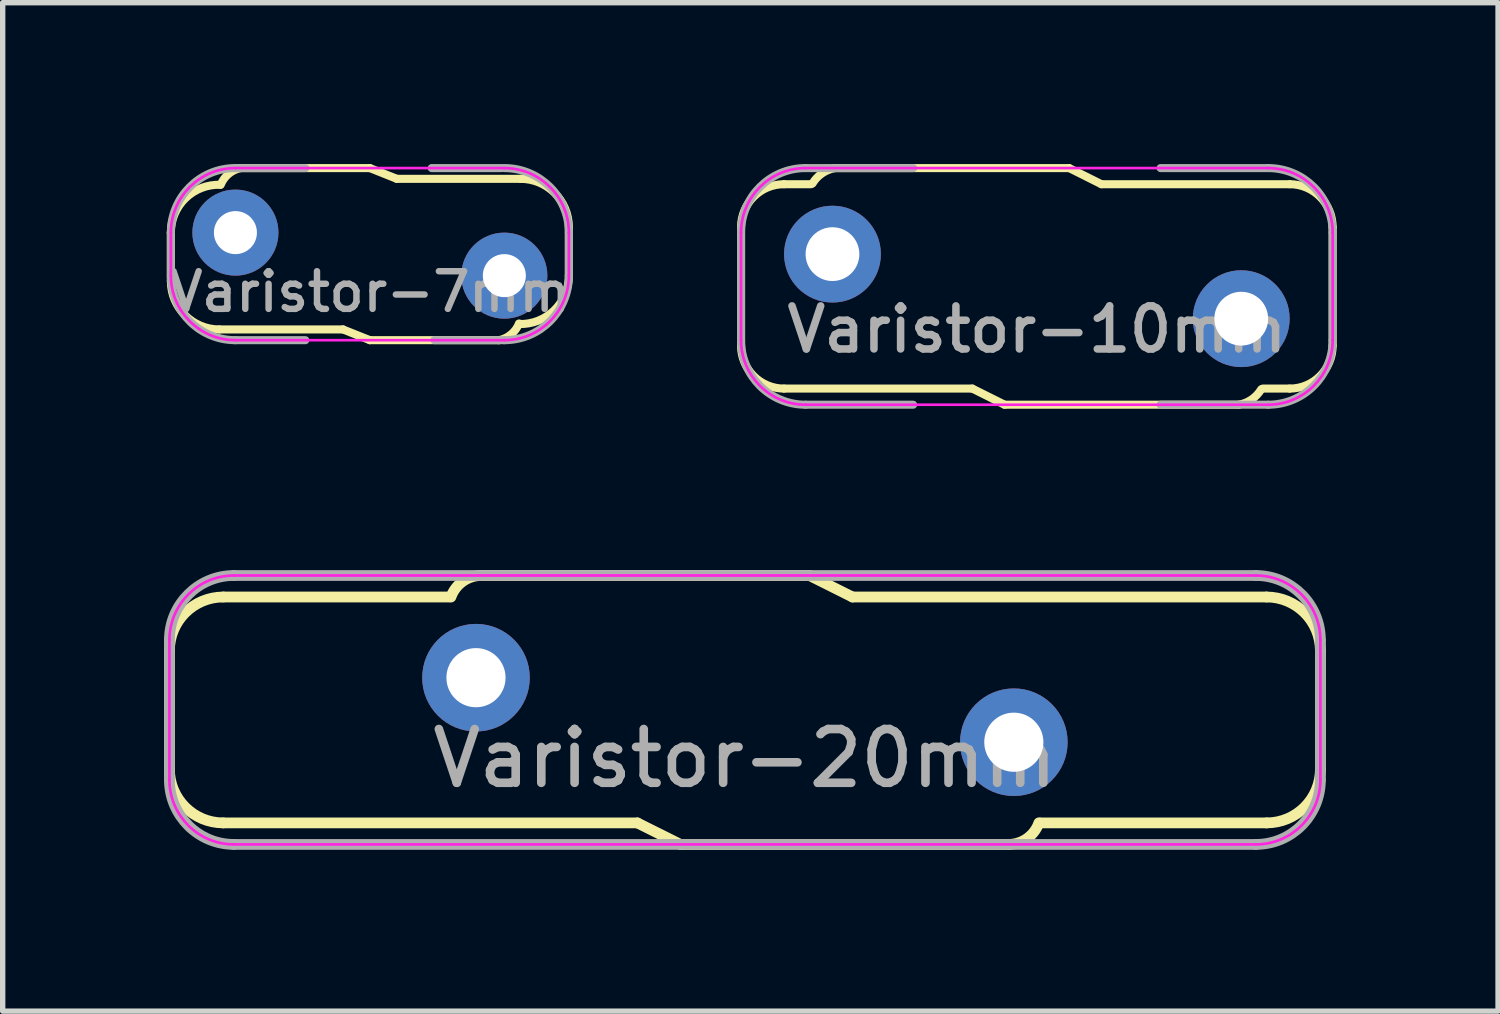
<source format=kicad_pcb>
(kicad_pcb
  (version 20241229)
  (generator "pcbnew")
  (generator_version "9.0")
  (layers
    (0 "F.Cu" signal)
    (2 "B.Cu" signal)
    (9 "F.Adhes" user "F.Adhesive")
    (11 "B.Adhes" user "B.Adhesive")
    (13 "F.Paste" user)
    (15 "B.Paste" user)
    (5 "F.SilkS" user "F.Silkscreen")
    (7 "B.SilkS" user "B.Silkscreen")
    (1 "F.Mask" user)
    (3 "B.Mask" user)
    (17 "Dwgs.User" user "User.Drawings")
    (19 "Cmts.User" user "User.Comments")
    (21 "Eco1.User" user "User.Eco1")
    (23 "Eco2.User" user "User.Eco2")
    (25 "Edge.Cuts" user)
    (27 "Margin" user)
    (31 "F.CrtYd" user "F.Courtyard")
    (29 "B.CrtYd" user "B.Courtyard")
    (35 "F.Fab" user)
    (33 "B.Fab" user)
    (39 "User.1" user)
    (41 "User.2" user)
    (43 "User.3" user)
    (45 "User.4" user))
  (footprint "Varistor-10mm"
    (layer "F.Cu")
    (at 16.228 2.275)
    (property "Reference" "Varistor-10mm" (at 0 0.8 0) (unlocked yes) (layer "F.Fab") (effects (font (size 0.8 0.8) (thickness 0.14) (bold yes))))
    (attr smd)
    (fp_line (start -5.5 1.1) (end -5.5 -1.1) (stroke (width 0.15) (type default)) (layer "F.SilkS"))
    (fp_line (start -4.7 1.9) (end -1.2 1.9) (stroke (width 0.15) (type default)) (layer "F.SilkS"))
    (fp_line (start -4.2 -1.9) (end -4.7 -1.9) (stroke (width 0.15) (type default)) (layer "F.SilkS"))
    (fp_line (start -0.6 2.2) (end -1.2 1.9) (stroke (width 0.15) (type default)) (layer "F.SilkS"))
    (fp_line (start -0.6 2.2) (end 3.75 2.2) (stroke (width 0.15) (type default)) (layer "F.SilkS"))
    (fp_line (start 0.6 -2.2) (end -3.75 -2.2) (stroke (width 0.15) (type default)) (layer "F.SilkS"))
    (fp_line (start 0.6 -2.2) (end 1.2 -1.9) (stroke (width 0.15) (type default)) (layer "F.SilkS"))
    (fp_line (start 4.2 1.9) (end 4.7 1.9) (stroke (width 0.15) (type default)) (layer "F.SilkS"))
    (fp_line (start 4.7 -1.9) (end 1.2 -1.9) (stroke (width 0.15) (type default)) (layer "F.SilkS"))
    (fp_line (start 5.5 1.1) (end 5.5 -1.1) (stroke (width 0.15) (type default)) (layer "F.SilkS"))
    (fp_arc (start -5.5 -1.1) (mid -5.265685 -1.665685) (end -4.7 -1.9) (stroke (width 0.15) (type default)) (layer "F.SilkS"))
    (fp_arc (start -4.700001 1.900001) (mid -5.265686 1.665686) (end -5.500001 1.100001) (stroke (width 0.15) (type default)) (layer "F.SilkS"))
    (fp_arc (start -4.171592 -1.912956) (mid -3.992334 -2.102799) (end -3.75 -2.2) (stroke (width 0.15) (type default)) (layer "F.SilkS"))
    (fp_arc (start 4.171592 1.912956) (mid 3.992334 2.102799) (end 3.75 2.2) (stroke (width 0.15) (type default)) (layer "F.SilkS"))
    (fp_arc (start 4.7 -1.9) (mid 5.265685 -1.665685) (end 5.5 -1.1) (stroke (width 0.15) (type default)) (layer "F.SilkS"))
    (fp_arc (start 5.5 1.1) (mid 5.265685 1.665685) (end 4.7 1.9) (stroke (width 0.15) (type default)) (layer "F.SilkS"))
    (fp_line (start -5.5 -1) (end -5.5 1) (stroke (width 0.05) (type default)) (layer "F.CrtYd"))
    (fp_line (start 4.3 -2.2) (end -4.3 -2.2) (stroke (width 0.05) (type default)) (layer "F.CrtYd"))
    (fp_line (start 4.3 2.2) (end -4.3 2.2) (stroke (width 0.05) (type default)) (layer "F.CrtYd"))
    (fp_line (start 5.5 1) (end 5.5 -1) (stroke (width 0.05) (type default)) (layer "F.CrtYd"))
    (fp_arc (start -5.5 -1) (mid -5.148528 -1.848528) (end -4.3 -2.2) (stroke (width 0.05) (type default)) (layer "F.CrtYd"))
    (fp_arc (start -4.3 2.2) (mid -5.148528 1.848528) (end -5.5 1) (stroke (width 0.05) (type default)) (layer "F.CrtYd"))
    (fp_arc (start 4.299999 -2.200001) (mid 5.148527 -1.848529) (end 5.499999 -1.000001) (stroke (width 0.05) (type default)) (layer "F.CrtYd"))
    (fp_arc (start 5.499999 0.999999) (mid 5.148527 1.848527) (end 4.299999 2.199999) (stroke (width 0.05) (type default)) (layer "F.CrtYd"))
    (fp_line (start -5.5 -1) (end -5.5 1) (stroke (width 0.15) (type default)) (layer "F.Fab"))
    (fp_line (start -2.3 -2.2) (end -4.3 -2.2) (stroke (width 0.15) (type default)) (layer "F.Fab"))
    (fp_line (start -2.3 2.2) (end -4.3 2.2) (stroke (width 0.15) (type default)) (layer "F.Fab"))
    (fp_line (start 2.3 -2.2) (end 4.3 -2.2) (stroke (width 0.15) (type default)) (layer "F.Fab"))
    (fp_line (start 2.3 2.2) (end 4.3 2.2) (stroke (width 0.15) (type default)) (layer "F.Fab"))
    (fp_line (start 5.5 -1) (end 5.5 1) (stroke (width 0.15) (type default)) (layer "F.Fab"))
    (fp_arc (start -5.5 -1) (mid -5.148528 -1.848528) (end -4.3 -2.2) (stroke (width 0.15) (type default)) (layer "F.Fab"))
    (fp_arc (start -4.3 2.2) (mid -5.148528 1.848528) (end -5.5 1) (stroke (width 0.15) (type default)) (layer "F.Fab"))
    (fp_arc (start 4.3 -2.2) (mid 5.148528 -1.848528) (end 5.5 -1) (stroke (width 0.15) (type default)) (layer "F.Fab"))
    (fp_arc (start 5.5 1) (mid 5.148528 1.848528) (end 4.3 2.2) (stroke (width 0.15) (type default)) (layer "F.Fab"))
    (pad "1" thru_hole circle (at -3.8 -0.6) (size 1.8 1.8) (drill 1) (layers "*.Cu" "*.Mask"))
    (pad "2" thru_hole circle (at 3.8 0.6) (size 1.8 1.8) (drill 1) (layers "*.Cu" "*.Mask")))
  (footprint "Varistor-7mm"
    (layer "F.Cu")
    (at 3.827 1.675)
    (property "Reference" "Varistor-7mm" (at 0 0.7 0) (unlocked yes) (layer "F.Fab") (effects (font (size 0.7 0.7) (thickness 0.12) (bold yes))))
    (attr smd)
    (fp_line (start -3.7 -0.4) (end -3.7 0.5) (stroke (width 0.15) (type default)) (layer "F.SilkS"))
    (fp_line (start -2.4 -1.6) (end 0 -1.6) (stroke (width 0.15) (type default)) (layer "F.SilkS"))
    (fp_line (start -0.5 1.4) (end -2.8 1.4) (stroke (width 0.15) (type default)) (layer "F.SilkS"))
    (fp_line (start 0 -1.6) (end 0.5 -1.4) (stroke (width 0.15) (type default)) (layer "F.SilkS"))
    (fp_line (start 0.000001 1.6) (end -0.5 1.4) (stroke (width 0.15) (type default)) (layer "F.SilkS"))
    (fp_line (start 0.5 -1.4) (end 2.8 -1.4) (stroke (width 0.15) (type default)) (layer "F.SilkS"))
    (fp_line (start 2.4 1.6) (end 0.000001 1.6) (stroke (width 0.15) (type default)) (layer "F.SilkS"))
    (fp_line (start 3.7 -0.5) (end 3.7 0.4) (stroke (width 0.15) (type default)) (layer "F.SilkS"))
    (fp_arc (start -3.7 -0.4) (mid -3.429928 -1.038486) (end -2.783662 -1.289371) (stroke (width 0.15) (type default)) (layer "F.SilkS"))
    (fp_arc (start -2.8 1.4) (mid -3.436396 1.136396) (end -3.7 0.5) (stroke (width 0.15) (type default)) (layer "F.SilkS"))
    (fp_arc (start -2.773431 -1.289373) (mid -2.62608 -1.492009) (end -2.4 -1.6) (stroke (width 0.15) (type default)) (layer "F.SilkS"))
    (fp_arc (start 2.773432 1.289372) (mid 2.626081 1.492008) (end 2.400001 1.599999) (stroke (width 0.15) (type default)) (layer "F.SilkS"))
    (fp_arc (start 2.800001 -1.400001) (mid 3.436397 -1.136397) (end 3.700001 -0.500001) (stroke (width 0.15) (type default)) (layer "F.SilkS"))
    (fp_arc (start 3.7 0.4) (mid 3.426823 1.045827) (end 2.773126 1.299597) (stroke (width 0.15) (type default)) (layer "F.SilkS"))
    (fp_line (start -3.7 -0.4) (end -3.7 0.4) (stroke (width 0.05) (type default)) (layer "F.CrtYd"))
    (fp_line (start -2.5 -1.6) (end 2.5 -1.6) (stroke (width 0.05) (type default)) (layer "F.CrtYd"))
    (fp_line (start -2.5 1.6) (end 2.5 1.6) (stroke (width 0.05) (type default)) (layer "F.CrtYd"))
    (fp_line (start 3.7 0.4) (end 3.7 -0.4) (stroke (width 0.05) (type default)) (layer "F.CrtYd"))
    (fp_arc (start -3.7 -0.4) (mid -3.348528 -1.248528) (end -2.5 -1.6) (stroke (width 0.05) (type default)) (layer "F.CrtYd"))
    (fp_arc (start -2.5 1.6) (mid -3.348528 1.248528) (end -3.7 0.4) (stroke (width 0.05) (type default)) (layer "F.CrtYd"))
    (fp_arc (start 2.5 -1.6) (mid 3.348528 -1.248528) (end 3.7 -0.4) (stroke (width 0.05) (type default)) (layer "F.CrtYd"))
    (fp_arc (start 3.7 0.4) (mid 3.348528 1.248528) (end 2.5 1.6) (stroke (width 0.05) (type default)) (layer "F.CrtYd"))
    (fp_line (start -3.7 -0.4) (end -3.7 0.4) (stroke (width 0.15) (type default)) (layer "F.Fab"))
    (fp_line (start -1.2 -1.6) (end -2.5 -1.6) (stroke (width 0.15) (type default)) (layer "F.Fab"))
    (fp_line (start -1.2 1.6) (end -2.5 1.6) (stroke (width 0.15) (type default)) (layer "F.Fab"))
    (fp_line (start 2.45 -1.6) (end 1.15 -1.6) (stroke (width 0.15) (type default)) (layer "F.Fab"))
    (fp_line (start 2.5 1.6) (end 1.2 1.6) (stroke (width 0.15) (type default)) (layer "F.Fab"))
    (fp_line (start 3.7 0.4) (end 3.7 -0.4) (stroke (width 0.15) (type default)) (layer "F.Fab"))
    (fp_arc (start -3.7 -0.4) (mid -3.348528 -1.248528) (end -2.5 -1.6) (stroke (width 0.15) (type default)) (layer "F.Fab"))
    (fp_arc (start -2.5 1.6) (mid -3.348528 1.248528) (end -3.7 0.4) (stroke (width 0.15) (type default)) (layer "F.Fab"))
    (fp_arc (start 2.5 -1.6) (mid 3.348528 -1.248528) (end 3.7 -0.4) (stroke (width 0.15) (type default)) (layer "F.Fab"))
    (fp_arc (start 3.7 0.4) (mid 3.348528 1.248528) (end 2.5 1.6) (stroke (width 0.15) (type default)) (layer "F.Fab"))
    (pad "1" thru_hole circle (at -2.5 -0.4) (size 1.6 1.6) (drill 0.8) (layers "*.Cu" "*.Mask"))
    (pad "2" thru_hole circle (at 2.5 0.4) (size 1.6 1.6) (drill 0.8) (layers "*.Cu" "*.Mask")))
  (footprint "Varistor-20mm"
    (layer "F.Cu")
    (at 10.8 10.15)
    (property "Reference" "Varistor-20mm" (at 0 0.9 0) (unlocked yes) (layer "F.Fab") (effects (font (size 1 1) (thickness 0.16))))
    (attr smd)
    (fp_line (start -10.7 -1.1) (end -10.7 1.1) (stroke (width 0.2) (type default)) (layer "F.SilkS"))
    (fp_line (start -9.7 2.1) (end -2 2.1) (stroke (width 0.2) (type default)) (layer "F.SilkS"))
    (fp_line (start -5.5 -2.1) (end -9.7 -2.1) (stroke (width 0.2) (type default)) (layer "F.SilkS"))
    (fp_line (start -1.2 2.5) (end -2 2.1) (stroke (width 0.2) (type default)) (layer "F.SilkS"))
    (fp_line (start -1.2 2.5) (end 4.9 2.5) (stroke (width 0.2) (type default)) (layer "F.SilkS"))
    (fp_line (start 1.2 -2.5) (end -4.9 -2.5) (stroke (width 0.2) (type default)) (layer "F.SilkS"))
    (fp_line (start 1.2 -2.5) (end 2 -2.1) (stroke (width 0.2) (type default)) (layer "F.SilkS"))
    (fp_line (start 5.5 2.1) (end 9.7 2.1) (stroke (width 0.2) (type default)) (layer "F.SilkS"))
    (fp_line (start 9.7 -2.1) (end 2 -2.1) (stroke (width 0.2) (type default)) (layer "F.SilkS"))
    (fp_line (start 10.7 -1.1) (end 10.7 1.1) (stroke (width 0.2) (type default)) (layer "F.SilkS"))
    (fp_arc (start -10.7 -1.1) (mid -10.407107 -1.807107) (end -9.7 -2.1) (stroke (width 0.2) (type default)) (layer "F.SilkS"))
    (fp_arc (start -9.700001 2.099999) (mid -10.407108 1.807106) (end -10.700001 1.099999) (stroke (width 0.2) (type default)) (layer "F.SilkS"))
    (fp_arc (start -5.466073 -2.098898) (mid -5.246886 -2.38956) (end -4.9 -2.5) (stroke (width 0.2) (type default)) (layer "F.SilkS"))
    (fp_arc (start 5.466072 2.098897) (mid 5.246885 2.389559) (end 4.899999 2.499999) (stroke (width 0.2) (type default)) (layer "F.SilkS"))
    (fp_arc (start 9.7 -2.1) (mid 10.407107 -1.807107) (end 10.7 -1.1) (stroke (width 0.2) (type default)) (layer "F.SilkS"))
    (fp_arc (start 10.699999 1.099999) (mid 10.407106 1.807106) (end 9.699999 2.099999) (stroke (width 0.2) (type default)) (layer "F.SilkS"))
    (fp_line (start -10.7 -1.3) (end -10.7 1.3) (stroke (width 0.05) (type default)) (layer "F.CrtYd"))
    (fp_line (start -9.5 -2.5) (end 9.5 -2.5) (stroke (width 0.05) (type default)) (layer "F.CrtYd"))
    (fp_line (start -9.5 2.5) (end 9.5 2.5) (stroke (width 0.05) (type default)) (layer "F.CrtYd"))
    (fp_line (start 10.7 1.3) (end 10.7 -1.3) (stroke (width 0.05) (type default)) (layer "F.CrtYd"))
    (fp_arc (start -10.7 -1.3) (mid -10.348528 -2.148528) (end -9.5 -2.5) (stroke (width 0.05) (type default)) (layer "F.CrtYd"))
    (fp_arc (start -9.5 2.5) (mid -10.348528 2.148528) (end -10.7 1.3) (stroke (width 0.05) (type default)) (layer "F.CrtYd"))
    (fp_arc (start 9.5 -2.5) (mid 10.348528 -2.148528) (end 10.7 -1.3) (stroke (width 0.05) (type default)) (layer "F.CrtYd"))
    (fp_arc (start 10.7 1.3) (mid 10.348528 2.148528) (end 9.5 2.5) (stroke (width 0.05) (type default)) (layer "F.CrtYd"))
    (fp_line (start -10.7 -1.3) (end -10.7 1.3) (stroke (width 0.2) (type default)) (layer "F.Fab"))
    (fp_line (start -9.5 -2.5) (end 9.5 -2.5) (stroke (width 0.2) (type default)) (layer "F.Fab"))
    (fp_line (start -9.5 2.5) (end 9.5 2.5) (stroke (width 0.2) (type default)) (layer "F.Fab"))
    (fp_line (start 10.7 1.3) (end 10.7 -1.3) (stroke (width 0.2) (type default)) (layer "F.Fab"))
    (fp_arc (start -10.7 -1.3) (mid -10.348528 -2.148528) (end -9.5 -2.5) (stroke (width 0.2) (type default)) (layer "F.Fab"))
    (fp_arc (start -9.5 2.5) (mid -10.348528 2.148528) (end -10.7 1.3) (stroke (width 0.2) (type default)) (layer "F.Fab"))
    (fp_arc (start 9.5 -2.5) (mid 10.348528 -2.148528) (end 10.7 -1.3) (stroke (width 0.2) (type default)) (layer "F.Fab"))
    (fp_arc (start 10.7 1.3) (mid 10.348528 2.148528) (end 9.5 2.5) (stroke (width 0.2) (type default)) (layer "F.Fab"))
    (pad "1" thru_hole circle (at -5 -0.6) (size 2 2) (drill 1.1) (layers "*.Cu" "*.Mask"))
    (pad "2" thru_hole circle (at 5 0.6) (size 2 2) (drill 1.1) (layers "*.Cu" "*.Mask")))
  (gr_rect
    (start -3 -3)
    (end 24.803 15.75)
    (stroke (width 0.1) (type default))
    (fill no)
    (layer "Edge.Cuts")))
</source>
